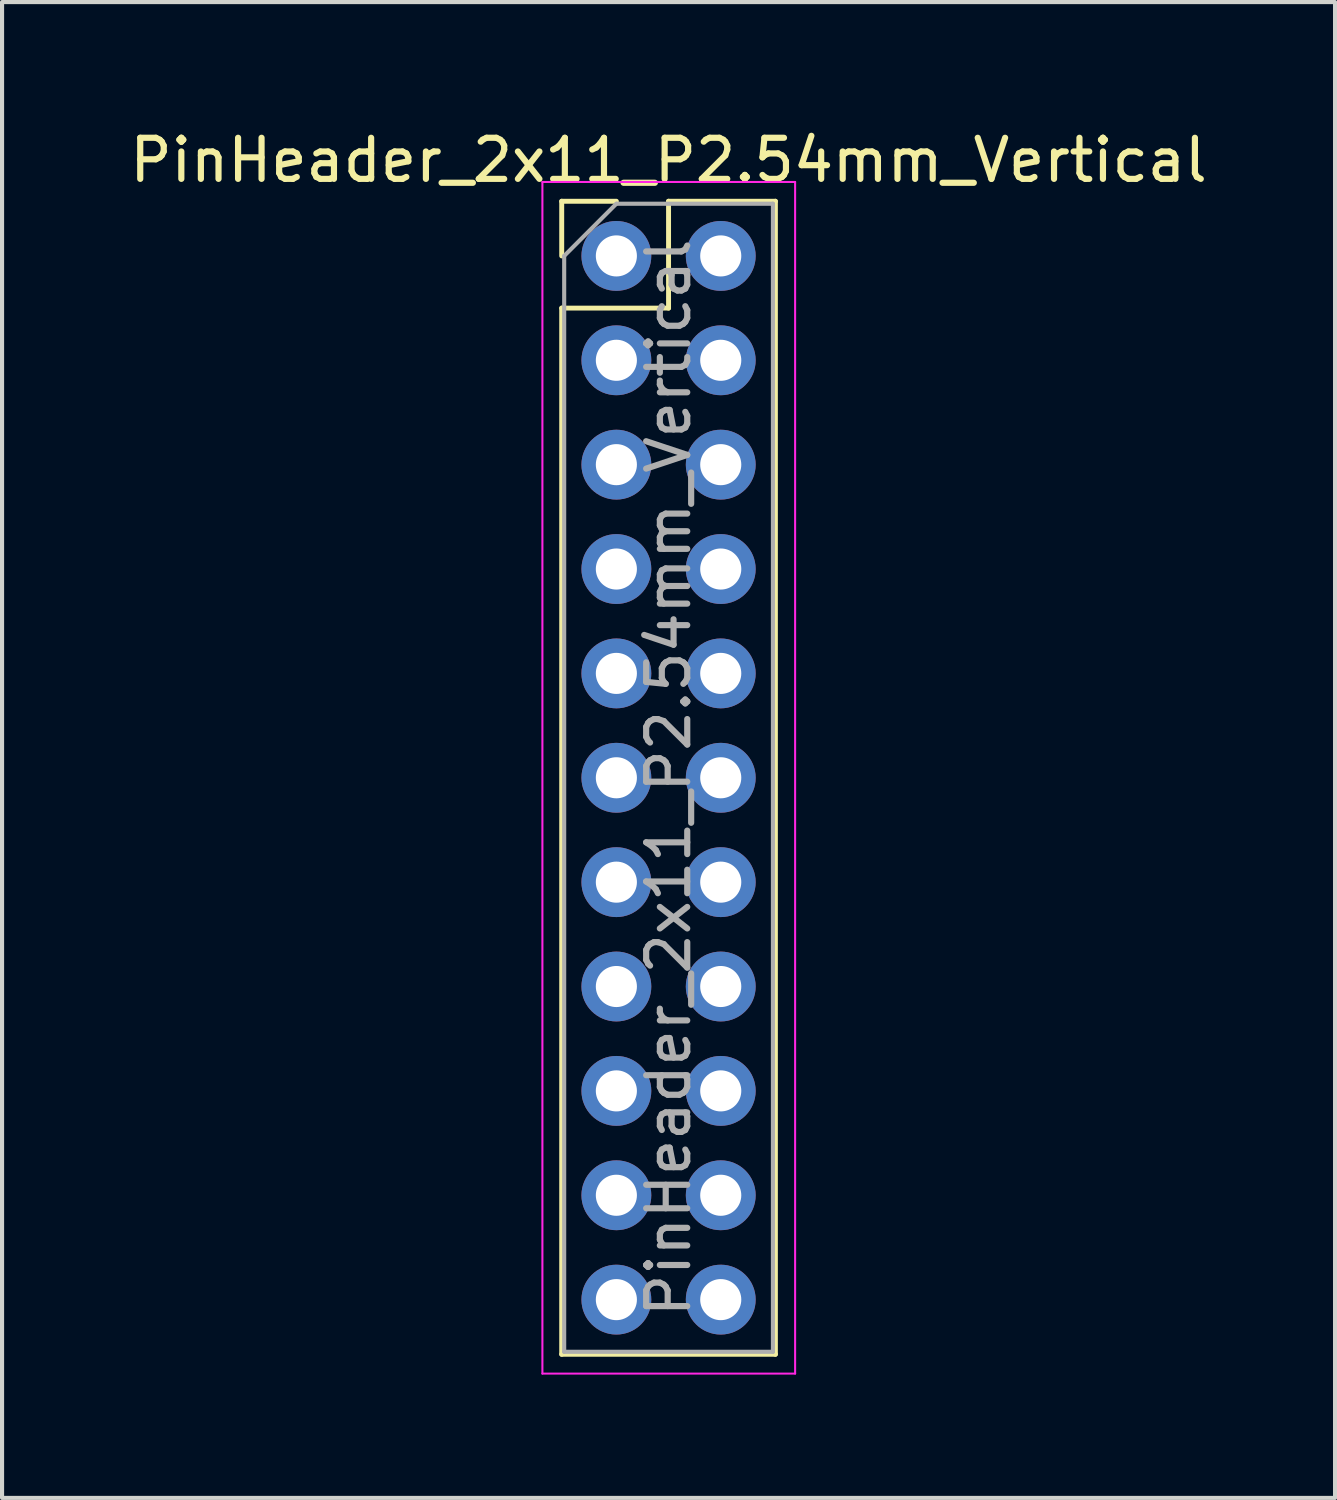
<source format=kicad_pcb>
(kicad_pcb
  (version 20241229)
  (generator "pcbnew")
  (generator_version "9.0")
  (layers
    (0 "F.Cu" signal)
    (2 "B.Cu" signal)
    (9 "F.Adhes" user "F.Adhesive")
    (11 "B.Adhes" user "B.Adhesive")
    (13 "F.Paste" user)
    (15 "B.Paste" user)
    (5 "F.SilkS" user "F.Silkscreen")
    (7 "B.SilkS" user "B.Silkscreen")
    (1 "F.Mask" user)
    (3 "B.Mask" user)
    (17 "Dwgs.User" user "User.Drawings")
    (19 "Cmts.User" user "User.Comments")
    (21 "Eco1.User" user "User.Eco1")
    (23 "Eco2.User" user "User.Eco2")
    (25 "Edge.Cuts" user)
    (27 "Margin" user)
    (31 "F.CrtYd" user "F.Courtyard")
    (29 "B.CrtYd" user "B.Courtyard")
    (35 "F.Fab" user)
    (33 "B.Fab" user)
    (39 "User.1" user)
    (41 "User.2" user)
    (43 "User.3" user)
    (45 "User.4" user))
  (footprint "PinHeader_2x11_P2.54mm_Vertical"
    (layer "F.Cu")
    (at 11.95 3.178)
    (property "Reference" "PinHeader_2x11_P2.54mm_Vertical" (at 1.27 -2.33 0) (layer "F.SilkS") (effects (font (size 1 1) (thickness 0.15))))
    (attr through_hole)
    (fp_line (start -1.33 -1.33) (end 0 -1.33) (stroke (width 0.12) (type solid)) (layer "F.SilkS"))
    (fp_line (start -1.33 0) (end -1.33 -1.33) (stroke (width 0.12) (type solid)) (layer "F.SilkS"))
    (fp_line (start -1.33 1.27) (end -1.33 26.73) (stroke (width 0.12) (type solid)) (layer "F.SilkS"))
    (fp_line (start -1.33 1.27) (end 1.27 1.27) (stroke (width 0.12) (type solid)) (layer "F.SilkS"))
    (fp_line (start -1.33 26.73) (end 3.87 26.73) (stroke (width 0.12) (type solid)) (layer "F.SilkS"))
    (fp_line (start 1.27 -1.33) (end 3.87 -1.33) (stroke (width 0.12) (type solid)) (layer "F.SilkS"))
    (fp_line (start 1.27 1.27) (end 1.27 -1.33) (stroke (width 0.12) (type solid)) (layer "F.SilkS"))
    (fp_line (start 3.87 -1.33) (end 3.87 26.73) (stroke (width 0.12) (type solid)) (layer "F.SilkS"))
    (fp_line (start -1.8 -1.8) (end -1.8 27.2) (stroke (width 0.05) (type solid)) (layer "F.CrtYd"))
    (fp_line (start -1.8 27.2) (end 4.35 27.2) (stroke (width 0.05) (type solid)) (layer "F.CrtYd"))
    (fp_line (start 4.35 -1.8) (end -1.8 -1.8) (stroke (width 0.05) (type solid)) (layer "F.CrtYd"))
    (fp_line (start 4.35 27.2) (end 4.35 -1.8) (stroke (width 0.05) (type solid)) (layer "F.CrtYd"))
    (fp_line (start -1.27 0) (end 0 -1.27) (stroke (width 0.1) (type solid)) (layer "F.Fab"))
    (fp_line (start -1.27 26.67) (end -1.27 0) (stroke (width 0.1) (type solid)) (layer "F.Fab"))
    (fp_line (start 0 -1.27) (end 3.81 -1.27) (stroke (width 0.1) (type solid)) (layer "F.Fab"))
    (fp_line (start 3.81 -1.27) (end 3.81 26.67) (stroke (width 0.1) (type solid)) (layer "F.Fab"))
    (fp_line (start 3.81 26.67) (end -1.27 26.67) (stroke (width 0.1) (type solid)) (layer "F.Fab"))
    (fp_text user "${REFERENCE}" (at 1.27 12.7 90) (layer "F.Fab") (effects (font (size 1 1) (thickness 0.15))))
    (pad "1" thru_hole circle (at 0 0) (size 1.7 1.7) (drill 1) (layers "*.Cu" "*.Mask"))
    (pad "2" thru_hole oval (at 2.54 0) (size 1.7 1.7) (drill 1) (layers "*.Cu" "*.Mask"))
    (pad "3" thru_hole oval (at 0 2.54) (size 1.7 1.7) (drill 1) (layers "*.Cu" "*.Mask"))
    (pad "4" thru_hole oval (at 2.54 2.54) (size 1.7 1.7) (drill 1) (layers "*.Cu" "*.Mask"))
    (pad "5" thru_hole oval (at 0 5.08) (size 1.7 1.7) (drill 1) (layers "*.Cu" "*.Mask"))
    (pad "6" thru_hole oval (at 2.54 5.08) (size 1.7 1.7) (drill 1) (layers "*.Cu" "*.Mask"))
    (pad "7" thru_hole oval (at 0 7.62) (size 1.7 1.7) (drill 1) (layers "*.Cu" "*.Mask"))
    (pad "8" thru_hole oval (at 2.54 7.62) (size 1.7 1.7) (drill 1) (layers "*.Cu" "*.Mask"))
    (pad "9" thru_hole oval (at 0 10.16) (size 1.7 1.7) (drill 1) (layers "*.Cu" "*.Mask"))
    (pad "10" thru_hole oval (at 2.54 10.16) (size 1.7 1.7) (drill 1) (layers "*.Cu" "*.Mask"))
    (pad "11" thru_hole oval (at 0 12.7) (size 1.7 1.7) (drill 1) (layers "*.Cu" "*.Mask"))
    (pad "12" thru_hole oval (at 2.54 12.7) (size 1.7 1.7) (drill 1) (layers "*.Cu" "*.Mask"))
    (pad "13" thru_hole oval (at 0 15.24) (size 1.7 1.7) (drill 1) (layers "*.Cu" "*.Mask"))
    (pad "14" thru_hole oval (at 2.54 15.24) (size 1.7 1.7) (drill 1) (layers "*.Cu" "*.Mask"))
    (pad "15" thru_hole oval (at 0 17.78) (size 1.7 1.7) (drill 1) (layers "*.Cu" "*.Mask"))
    (pad "16" thru_hole oval (at 2.54 17.78) (size 1.7 1.7) (drill 1) (layers "*.Cu" "*.Mask"))
    (pad "17" thru_hole oval (at 0 20.32) (size 1.7 1.7) (drill 1) (layers "*.Cu" "*.Mask"))
    (pad "18" thru_hole oval (at 2.54 20.32) (size 1.7 1.7) (drill 1) (layers "*.Cu" "*.Mask"))
    (pad "19" thru_hole oval (at 0 22.86) (size 1.7 1.7) (drill 1) (layers "*.Cu" "*.Mask"))
    (pad "20" thru_hole oval (at 2.54 22.86) (size 1.7 1.7) (drill 1) (layers "*.Cu" "*.Mask"))
    (pad "21" thru_hole oval (at 0 25.4) (size 1.7 1.7) (drill 1) (layers "*.Cu" "*.Mask"))
    (pad "22" thru_hole oval (at 2.54 25.4) (size 1.7 1.7) (drill 1) (layers "*.Cu" "*.Mask")))
  (gr_rect
    (start -3 -3)
    (end 29.44 33.403)
    (stroke (width 0.1) (type default))
    (fill no)
    (layer "Edge.Cuts")))
</source>
